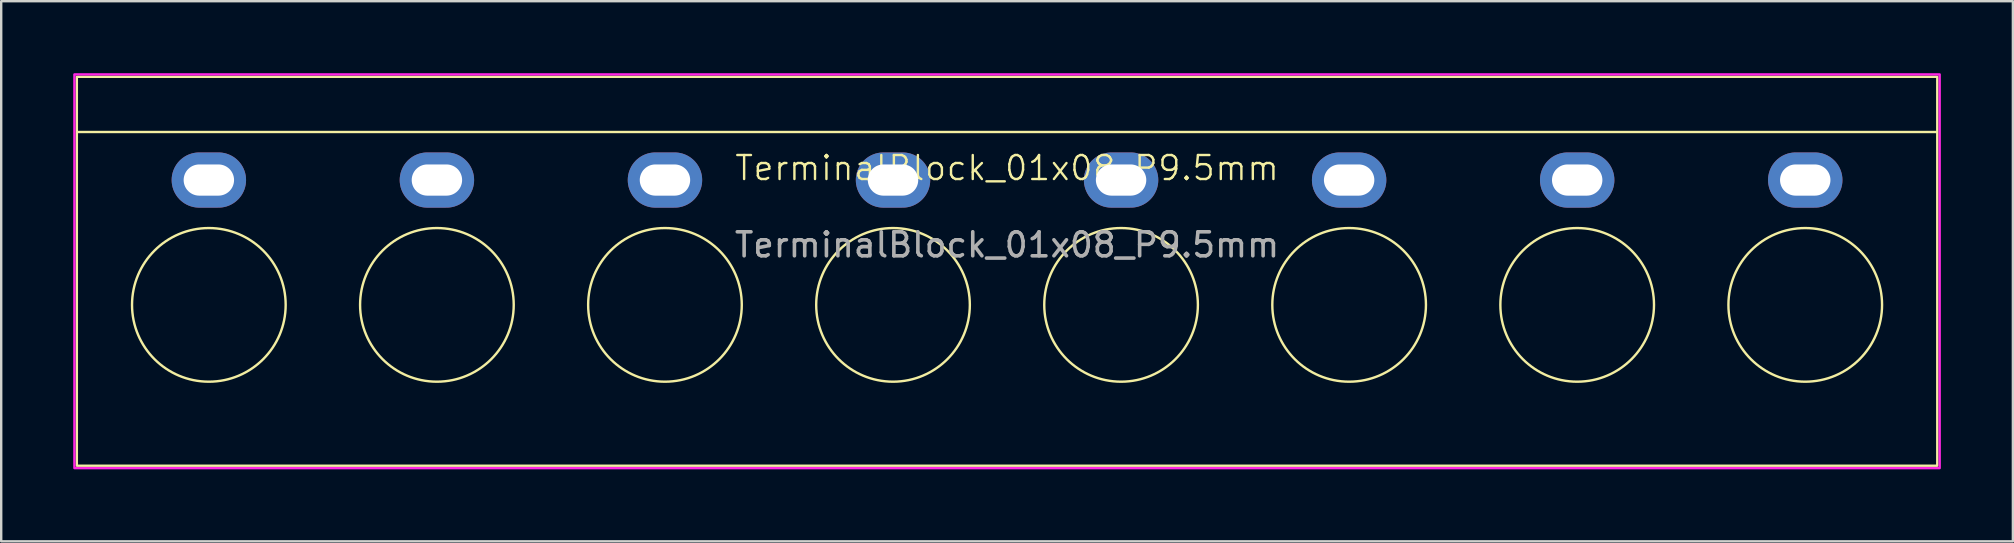
<source format=kicad_pcb>
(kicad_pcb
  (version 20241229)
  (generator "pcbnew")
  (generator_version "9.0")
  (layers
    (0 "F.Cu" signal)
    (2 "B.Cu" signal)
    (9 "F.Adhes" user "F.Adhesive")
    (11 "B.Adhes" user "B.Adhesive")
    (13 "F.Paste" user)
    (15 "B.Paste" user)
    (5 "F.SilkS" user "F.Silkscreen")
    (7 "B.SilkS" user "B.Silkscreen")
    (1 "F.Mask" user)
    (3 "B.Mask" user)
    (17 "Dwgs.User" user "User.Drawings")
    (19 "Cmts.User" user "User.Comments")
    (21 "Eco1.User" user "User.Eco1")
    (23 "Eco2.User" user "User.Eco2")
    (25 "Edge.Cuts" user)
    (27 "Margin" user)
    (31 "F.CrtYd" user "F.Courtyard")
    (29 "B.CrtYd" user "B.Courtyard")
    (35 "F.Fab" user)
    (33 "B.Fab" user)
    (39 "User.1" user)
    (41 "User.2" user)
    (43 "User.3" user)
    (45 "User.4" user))
  (footprint "TerminalBlock_01x08_P9.5mm"
    (layer "F.Cu")
    (at 38.9 4.45)
    (property "Reference" "TerminalBlock_01x08_P9.5mm" (at 0 -0.5 0) (unlocked yes) (layer "F.SilkS") (effects (font (size 1 1) (thickness 0.1))))
    (attr smd)
    (fp_line (start -38.7 -2) (end 38.7 -2) (stroke (width 0.1) (type default)) (layer "F.SilkS"))
    (fp_rect (start -38.75 -4.3) (end 38.75 11.9) (stroke (width 0.1) (type default)) (fill no) (layer "F.SilkS"))
    (fp_circle (center -33.25 5.2) (end -30.05 5.2) (stroke (width 0.1) (type default)) (fill no) (layer "F.SilkS"))
    (fp_circle (center -23.75 5.2) (end -20.55 5.2) (stroke (width 0.1) (type default)) (fill no) (layer "F.SilkS"))
    (fp_circle (center -14.25 5.2) (end -11.05 5.2) (stroke (width 0.1) (type default)) (fill no) (layer "F.SilkS"))
    (fp_circle (center -4.75 5.2) (end -1.55 5.2) (stroke (width 0.1) (type default)) (fill no) (layer "F.SilkS"))
    (fp_circle (center 4.75 5.2) (end 7.95 5.2) (stroke (width 0.1) (type default)) (fill no) (layer "F.SilkS"))
    (fp_circle (center 14.25 5.2) (end 17.45 5.2) (stroke (width 0.1) (type default)) (fill no) (layer "F.SilkS"))
    (fp_circle (center 23.75 5.2) (end 26.95 5.2) (stroke (width 0.1) (type default)) (fill no) (layer "F.SilkS"))
    (fp_circle (center 33.25 5.2) (end 36.45 5.2) (stroke (width 0.1) (type default)) (fill no) (layer "F.SilkS"))
    (fp_rect (start -38.85 -4.4) (end 38.85 12) (stroke (width 0.1) (type default)) (fill no) (layer "F.CrtYd"))
    (fp_text user "${REFERENCE}" (at 0 2.7 0) (unlocked yes) (layer "F.Fab") (effects (font (size 1 1) (thickness 0.15))))
    (pad "1" thru_hole oval (at 33.25 0) (size 3.1 2.3) (drill oval 2.1 1.3) (layers "*.Cu" "*.Mask"))
    (pad "2" thru_hole oval (at 23.75 0) (size 3.1 2.3) (drill oval 2.1 1.3) (layers "*.Cu" "*.Mask"))
    (pad "3" thru_hole oval (at 14.25 0) (size 3.1 2.3) (drill oval 2.1 1.3) (layers "*.Cu" "*.Mask"))
    (pad "4" thru_hole oval (at 4.75 0) (size 3.1 2.3) (drill oval 2.1 1.3) (layers "*.Cu" "*.Mask"))
    (pad "5" thru_hole oval (at -4.75 0) (size 3.1 2.3) (drill oval 2.1 1.3) (layers "*.Cu" "*.Mask"))
    (pad "6" thru_hole oval (at -14.25 0) (size 3.1 2.3) (drill oval 2.1 1.3) (layers "*.Cu" "*.Mask"))
    (pad "7" thru_hole oval (at -23.75 0) (size 3.1 2.3) (drill oval 2.1 1.3) (layers "*.Cu" "*.Mask"))
    (pad "8" thru_hole oval (at -33.25 0) (size 3.1 2.3) (drill oval 2.1 1.3) (layers "*.Cu" "*.Mask")))
  (gr_rect
    (start -3 -3)
    (end 80.8 19.5)
    (stroke (width 0.1) (type default))
    (fill no)
    (layer "Edge.Cuts")))
</source>
